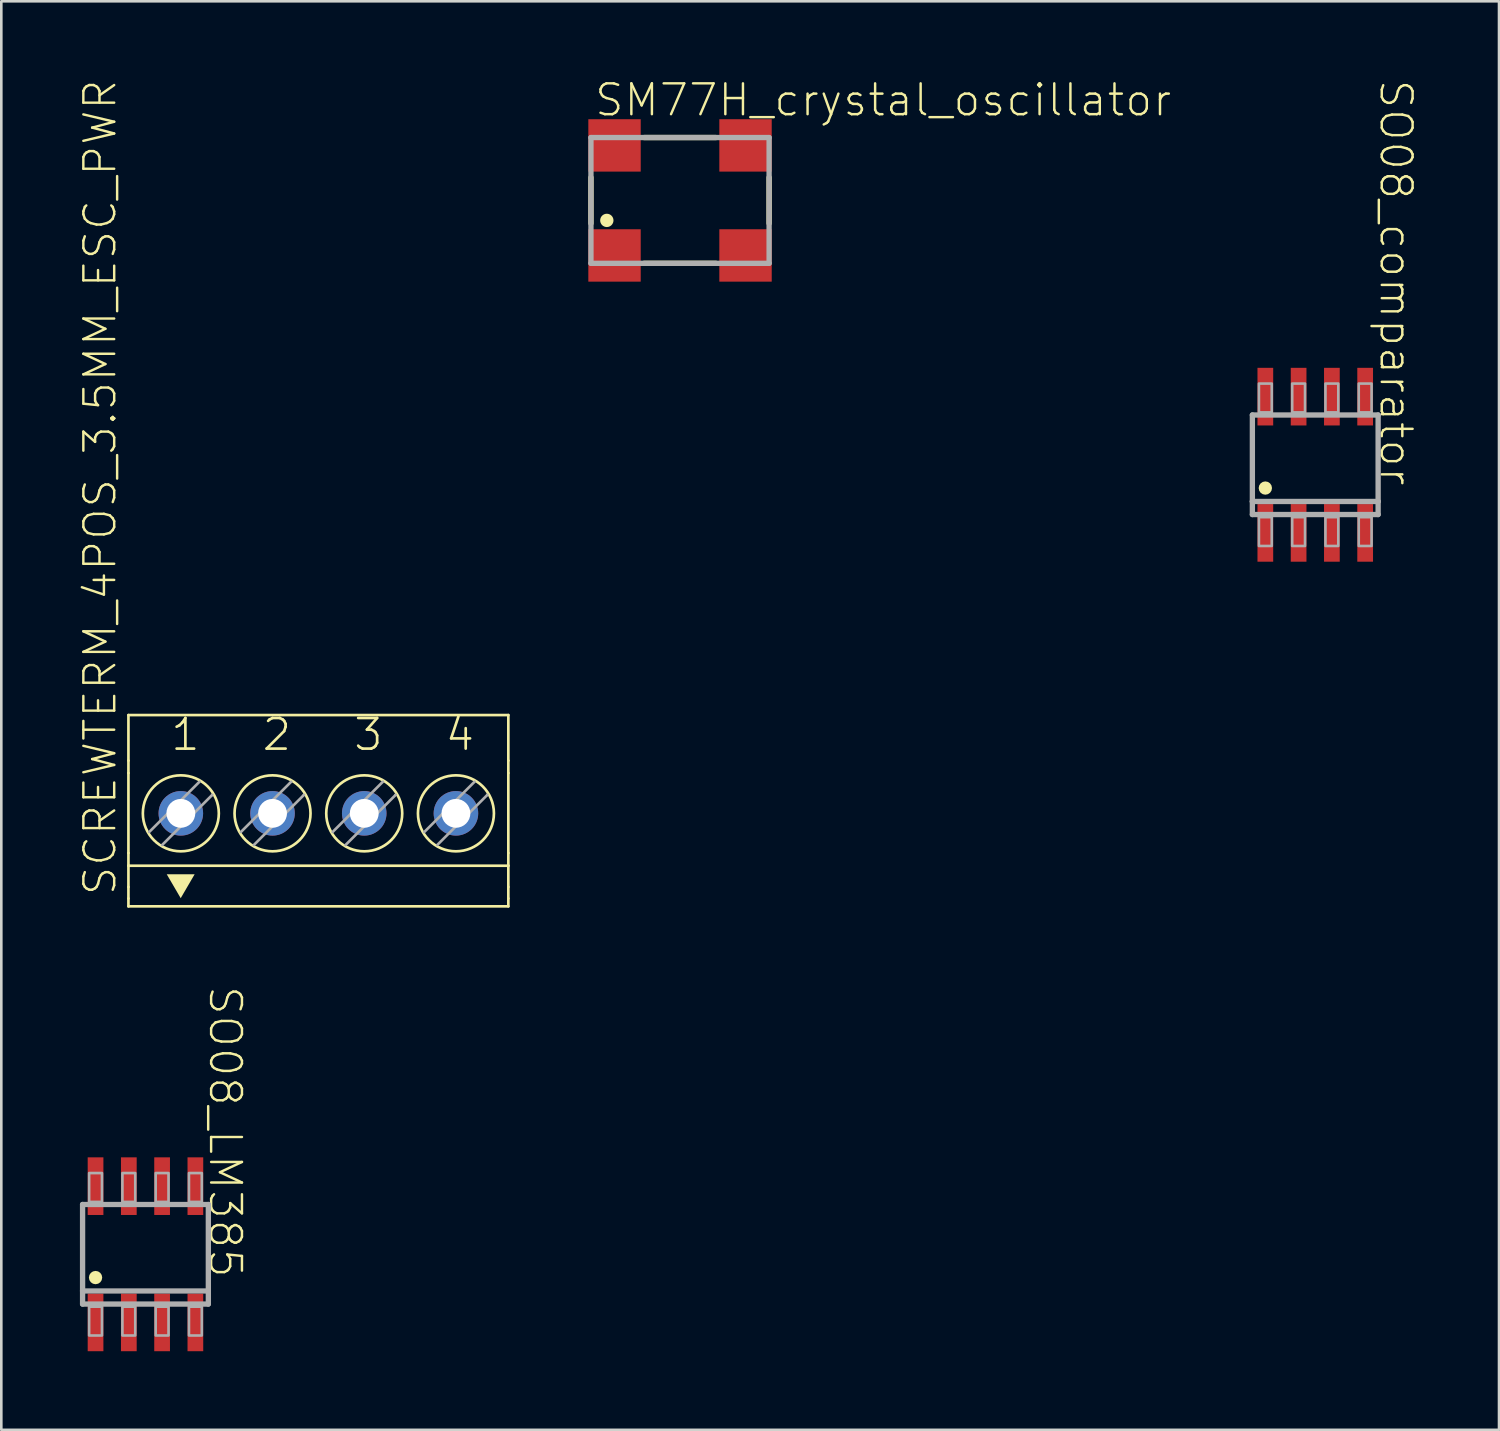
<source format=kicad_pcb>
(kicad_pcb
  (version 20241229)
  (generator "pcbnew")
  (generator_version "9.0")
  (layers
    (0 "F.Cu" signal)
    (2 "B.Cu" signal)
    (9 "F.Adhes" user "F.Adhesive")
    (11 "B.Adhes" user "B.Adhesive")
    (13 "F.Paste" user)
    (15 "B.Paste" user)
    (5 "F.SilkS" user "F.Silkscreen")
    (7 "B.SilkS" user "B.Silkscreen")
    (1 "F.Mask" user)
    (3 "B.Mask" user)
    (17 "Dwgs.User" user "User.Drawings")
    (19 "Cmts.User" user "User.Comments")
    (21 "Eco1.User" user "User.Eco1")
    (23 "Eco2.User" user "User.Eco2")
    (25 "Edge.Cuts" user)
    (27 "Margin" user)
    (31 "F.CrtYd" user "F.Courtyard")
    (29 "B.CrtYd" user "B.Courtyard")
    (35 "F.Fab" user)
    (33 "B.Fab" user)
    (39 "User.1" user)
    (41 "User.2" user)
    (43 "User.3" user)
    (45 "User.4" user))
  (footprint "SO08_LM385"
    (layer "F.Cu")
    (at 2.502 44.823)
    (property "Reference" "SO08_LM385" (at 3.734 0.965 270) (unlocked yes) (layer "F.SilkS") (effects (font (size 1.177 1.177) (thickness 0.093)) (justify right top)))
    (fp_circle (center -1.905 0.889) (end -1.778 0.889) (stroke (width 0.254) (type solid)) (fill no) (layer "F.SilkS"))
    (fp_line (start -2.4 -1.9) (end 2.4 -1.9) (stroke (width 0.203) (type solid)) (layer "F.Fab"))
    (fp_line (start -2.4 1.4) (end -2.4 -1.9) (stroke (width 0.203) (type solid)) (layer "F.Fab"))
    (fp_line (start -2.4 1.9) (end -2.4 1.4) (stroke (width 0.203) (type solid)) (layer "F.Fab"))
    (fp_line (start 2.4 -1.9) (end 2.4 1.4) (stroke (width 0.203) (type solid)) (layer "F.Fab"))
    (fp_line (start 2.4 1.4) (end -2.4 1.4) (stroke (width 0.203) (type solid)) (layer "F.Fab"))
    (fp_line (start 2.4 1.4) (end 2.4 1.9) (stroke (width 0.203) (type solid)) (layer "F.Fab"))
    (fp_line (start 2.4 1.9) (end -2.4 1.9) (stroke (width 0.203) (type solid)) (layer "F.Fab"))
    (fp_poly (pts (xy -2.15 -2) (xy -1.66 -2) (xy -1.66 -3.1) (xy -2.15 -3.1)) (stroke (width 0.1) (type default)) (fill no) (layer "F.Fab"))
    (fp_poly (pts (xy -2.15 3.1) (xy -1.66 3.1) (xy -1.66 2) (xy -2.15 2)) (stroke (width 0.1) (type default)) (fill no) (layer "F.Fab"))
    (fp_poly (pts (xy -0.88 -2) (xy -0.39 -2) (xy -0.39 -3.1) (xy -0.88 -3.1)) (stroke (width 0.1) (type default)) (fill no) (layer "F.Fab"))
    (fp_poly (pts (xy -0.88 3.1) (xy -0.39 3.1) (xy -0.39 2) (xy -0.88 2)) (stroke (width 0.1) (type default)) (fill no) (layer "F.Fab"))
    (fp_poly (pts (xy 0.39 -2) (xy 0.88 -2) (xy 0.88 -3.1) (xy 0.39 -3.1)) (stroke (width 0.1) (type default)) (fill no) (layer "F.Fab"))
    (fp_poly (pts (xy 0.39 3.1) (xy 0.88 3.1) (xy 0.88 2) (xy 0.39 2)) (stroke (width 0.1) (type default)) (fill no) (layer "F.Fab"))
    (fp_poly (pts (xy 1.66 -2) (xy 2.15 -2) (xy 2.15 -3.1) (xy 1.66 -3.1)) (stroke (width 0.1) (type default)) (fill no) (layer "F.Fab"))
    (fp_poly (pts (xy 1.66 3.1) (xy 2.15 3.1) (xy 2.15 2) (xy 1.66 2)) (stroke (width 0.1) (type default)) (fill no) (layer "F.Fab"))
    (pad "1" smd rect (at -1.905 2.6) (size 0.6 2.2) (layers "F.Cu" "F.Mask" "F.Paste"))
    (pad "2" smd rect (at -0.635 2.6) (size 0.6 2.2) (layers "F.Cu" "F.Mask" "F.Paste"))
    (pad "3" smd rect (at 0.635 2.6) (size 0.6 2.2) (layers "F.Cu" "F.Mask" "F.Paste"))
    (pad "4" smd rect (at 1.905 2.6) (size 0.6 2.2) (layers "F.Cu" "F.Mask" "F.Paste"))
    (pad "5" smd rect (at 1.905 -2.6) (size 0.6 2.2) (layers "F.Cu" "F.Mask" "F.Paste"))
    (pad "6" smd rect (at 0.635 -2.6) (size 0.6 2.2) (layers "F.Cu" "F.Mask" "F.Paste"))
    (pad "7" smd rect (at -0.635 -2.6) (size 0.6 2.2) (layers "F.Cu" "F.Mask" "F.Paste"))
    (pad "8" smd rect (at -1.905 -2.6) (size 0.6 2.2) (layers "F.Cu" "F.Mask" "F.Paste")))
  (footprint "SO08_comparator"
    (layer "F.Cu")
    (at 47.15 14.689)
    (property "Reference" "SO08_comparator" (at 3.767 0.875 270) (unlocked yes) (layer "F.SilkS") (effects (font (size 1.177 1.177) (thickness 0.093)) (justify right top)))
    (fp_circle (center -1.905 0.889) (end -1.778 0.889) (stroke (width 0.254) (type solid)) (fill no) (layer "F.SilkS"))
    (fp_line (start -2.4 -1.9) (end 2.4 -1.9) (stroke (width 0.203) (type solid)) (layer "F.Fab"))
    (fp_line (start -2.4 1.4) (end -2.4 -1.9) (stroke (width 0.203) (type solid)) (layer "F.Fab"))
    (fp_line (start -2.4 1.9) (end -2.4 1.4) (stroke (width 0.203) (type solid)) (layer "F.Fab"))
    (fp_line (start 2.4 -1.9) (end 2.4 1.4) (stroke (width 0.203) (type solid)) (layer "F.Fab"))
    (fp_line (start 2.4 1.4) (end -2.4 1.4) (stroke (width 0.203) (type solid)) (layer "F.Fab"))
    (fp_line (start 2.4 1.4) (end 2.4 1.9) (stroke (width 0.203) (type solid)) (layer "F.Fab"))
    (fp_line (start 2.4 1.9) (end -2.4 1.9) (stroke (width 0.203) (type solid)) (layer "F.Fab"))
    (fp_poly (pts (xy -2.15 -2) (xy -1.66 -2) (xy -1.66 -3.1) (xy -2.15 -3.1)) (stroke (width 0.1) (type default)) (fill no) (layer "F.Fab"))
    (fp_poly (pts (xy -2.15 3.1) (xy -1.66 3.1) (xy -1.66 2) (xy -2.15 2)) (stroke (width 0.1) (type default)) (fill no) (layer "F.Fab"))
    (fp_poly (pts (xy -0.88 -2) (xy -0.39 -2) (xy -0.39 -3.1) (xy -0.88 -3.1)) (stroke (width 0.1) (type default)) (fill no) (layer "F.Fab"))
    (fp_poly (pts (xy -0.88 3.1) (xy -0.39 3.1) (xy -0.39 2) (xy -0.88 2)) (stroke (width 0.1) (type default)) (fill no) (layer "F.Fab"))
    (fp_poly (pts (xy 0.39 -2) (xy 0.88 -2) (xy 0.88 -3.1) (xy 0.39 -3.1)) (stroke (width 0.1) (type default)) (fill no) (layer "F.Fab"))
    (fp_poly (pts (xy 0.39 3.1) (xy 0.88 3.1) (xy 0.88 2) (xy 0.39 2)) (stroke (width 0.1) (type default)) (fill no) (layer "F.Fab"))
    (fp_poly (pts (xy 1.66 -2) (xy 2.15 -2) (xy 2.15 -3.1) (xy 1.66 -3.1)) (stroke (width 0.1) (type default)) (fill no) (layer "F.Fab"))
    (fp_poly (pts (xy 1.66 3.1) (xy 2.15 3.1) (xy 2.15 2) (xy 1.66 2)) (stroke (width 0.1) (type default)) (fill no) (layer "F.Fab"))
    (pad "1" smd rect (at -1.905 2.6) (size 0.6 2.2) (layers "F.Cu" "F.Mask" "F.Paste"))
    (pad "2" smd rect (at -0.635 2.6) (size 0.6 2.2) (layers "F.Cu" "F.Mask" "F.Paste"))
    (pad "3" smd rect (at 0.635 2.6) (size 0.6 2.2) (layers "F.Cu" "F.Mask" "F.Paste"))
    (pad "4" smd rect (at 1.905 2.6) (size 0.6 2.2) (layers "F.Cu" "F.Mask" "F.Paste"))
    (pad "5" smd rect (at 1.905 -2.6) (size 0.6 2.2) (layers "F.Cu" "F.Mask" "F.Paste"))
    (pad "6" smd rect (at 0.635 -2.6) (size 0.6 2.2) (layers "F.Cu" "F.Mask" "F.Paste"))
    (pad "7" smd rect (at -0.635 -2.6) (size 0.6 2.2) (layers "F.Cu" "F.Mask" "F.Paste"))
    (pad "8" smd rect (at -1.905 -2.6) (size 0.6 2.2) (layers "F.Cu" "F.Mask" "F.Paste")))
  (footprint "SCREWTERM_4POS_3.5MM_ESC_PWR"
    (layer "F.Cu")
    (at 9.102 27.893)
    (property "Reference" "SCREWTERM_4POS_3.5MM_ESC_PWR" (at -7.645 3.302 90) (unlocked yes) (layer "F.SilkS") (effects (font (size 1.177 1.177) (thickness 0.093)) (justify left bottom)))
    (fp_line (start -7.25 -3.65) (end -7.25 -1.912) (stroke (width 0.102) (type solid)) (layer "F.SilkS"))
    (fp_line (start -7.25 -3.65) (end 7.25 -3.65) (stroke (width 0.102) (type solid)) (layer "F.SilkS"))
    (fp_line (start -7.25 -1.912) (end -7.25 -1.437) (stroke (width 0.102) (type solid)) (layer "F.SilkS"))
    (fp_line (start -7.25 1.616) (end -7.25 -1.437) (stroke (width 0.102) (type solid)) (layer "F.SilkS"))
    (fp_line (start -7.25 1.616) (end -7.25 2.099) (stroke (width 0.102) (type solid)) (layer "F.SilkS"))
    (fp_line (start -7.25 2.099) (end -7.25 2.911) (stroke (width 0.102) (type solid)) (layer "F.SilkS"))
    (fp_line (start -7.25 2.911) (end -7.25 3.35) (stroke (width 0.102) (type solid)) (layer "F.SilkS"))
    (fp_line (start -7.25 3.35) (end -7.25 3.65) (stroke (width 0.102) (type solid)) (layer "F.SilkS"))
    (fp_line (start -7.25 3.65) (end 7.25 3.65) (stroke (width 0.102) (type solid)) (layer "F.SilkS"))
    (fp_line (start -4.044 -0.611) (end -4.05 -0.605) (stroke (width 0.102) (type solid)) (layer "F.SilkS"))
    (fp_line (start -0.544 -0.611) (end -0.55 -0.605) (stroke (width 0.102) (type solid)) (layer "F.SilkS"))
    (fp_line (start 2.956 -0.611) (end 2.95 -0.605) (stroke (width 0.102) (type solid)) (layer "F.SilkS"))
    (fp_line (start 6.456 -0.611) (end 6.45 -0.605) (stroke (width 0.102) (type solid)) (layer "F.SilkS"))
    (fp_line (start 7.25 -3.65) (end 7.25 -1.912) (stroke (width 0.102) (type solid)) (layer "F.SilkS"))
    (fp_line (start 7.25 -1.437) (end 7.25 -1.912) (stroke (width 0.102) (type solid)) (layer "F.SilkS"))
    (fp_line (start 7.25 1.616) (end 7.25 -1.437) (stroke (width 0.102) (type solid)) (layer "F.SilkS"))
    (fp_line (start 7.25 1.616) (end 7.25 2.099) (stroke (width 0.102) (type solid)) (layer "F.SilkS"))
    (fp_line (start 7.25 2.099) (end -7.25 2.099) (stroke (width 0.102) (type solid)) (layer "F.SilkS"))
    (fp_line (start 7.25 2.099) (end 7.25 2.911) (stroke (width 0.102) (type solid)) (layer "F.SilkS"))
    (fp_line (start 7.25 2.911) (end 7.25 3.35) (stroke (width 0.102) (type solid)) (layer "F.SilkS"))
    (fp_line (start 7.25 3.35) (end 7.25 3.65) (stroke (width 0.102) (type solid)) (layer "F.SilkS"))
    (fp_circle (center -5.25 0.1) (end -3.8 0.1) (stroke (width 0.102) (type solid)) (fill no) (layer "F.SilkS"))
    (fp_circle (center -1.75 0.1) (end -0.3 0.1) (stroke (width 0.102) (type solid)) (fill no) (layer "F.SilkS"))
    (fp_circle (center 1.75 0.1) (end 3.2 0.1) (stroke (width 0.102) (type solid)) (fill no) (layer "F.SilkS"))
    (fp_circle (center 5.25 0.1) (end 6.7 0.1) (stroke (width 0.102) (type solid)) (fill no) (layer "F.SilkS"))
    (fp_poly (pts (xy -5.255 3.339) (xy -5.788 2.426) (xy -4.723 2.426)) (stroke (width 0) (type default)) (fill yes) (layer "F.SilkS"))
    (fp_line (start -6.456 0.811) (end -4.539 -1.106) (stroke (width 0.102) (type solid)) (layer "F.Fab"))
    (fp_line (start -4.05 -0.605) (end -5.961 1.306) (stroke (width 0.102) (type solid)) (layer "F.Fab"))
    (fp_line (start -2.956 0.811) (end -1.039 -1.106) (stroke (width 0.102) (type solid)) (layer "F.Fab"))
    (fp_line (start -0.55 -0.605) (end -2.461 1.306) (stroke (width 0.102) (type solid)) (layer "F.Fab"))
    (fp_line (start 0.544 0.811) (end 2.461 -1.106) (stroke (width 0.102) (type solid)) (layer "F.Fab"))
    (fp_line (start 2.95 -0.605) (end 1.039 1.306) (stroke (width 0.102) (type solid)) (layer "F.Fab"))
    (fp_line (start 4.044 0.811) (end 5.961 -1.106) (stroke (width 0.102) (type solid)) (layer "F.Fab"))
    (fp_line (start 6.45 -0.605) (end 4.539 1.306) (stroke (width 0.102) (type solid)) (layer "F.Fab"))
    (fp_text user "4" (at 4.777 -2.223 0) (unlocked yes) (layer "F.SilkS") (effects (font (size 1.168 1.168) (thickness 0.102)) (justify left bottom)))
    (fp_text user "2" (at -2.208 -2.223 0) (unlocked yes) (layer "F.SilkS") (effects (font (size 1.168 1.168) (thickness 0.102)) (justify left bottom)))
    (fp_text user "1" (at -5.7 -2.223 0) (unlocked yes) (layer "F.SilkS") (effects (font (size 1.168 1.168) (thickness 0.102)) (justify left bottom)))
    (fp_text user "3" (at 1.285 -2.223 0) (unlocked yes) (layer "F.SilkS") (effects (font (size 1.168 1.168) (thickness 0.102)) (justify left bottom)))
    (pad "1" thru_hole circle (at -5.25 0.1 90) (size 1.7 1.7) (drill 1.1) (layers "*.Cu" "*.Mask"))
    (pad "2" thru_hole circle (at -1.75 0.1 90) (size 1.7 1.7) (drill 1.1) (layers "*.Cu" "*.Mask"))
    (pad "3" thru_hole circle (at 1.75 0.1 90) (size 1.7 1.7) (drill 1.1) (layers "*.Cu" "*.Mask"))
    (pad "4" thru_hole circle (at 5.25 0.1 90) (size 1.7 1.7) (drill 1.1) (layers "*.Cu" "*.Mask")))
  (footprint "SM77H_crystal_oscillator"
    (layer "F.Cu")
    (at 22.905 4.6)
    (property "Reference" "SM77H_crystal_oscillator" (at -3.32 -3.143 0) (unlocked yes) (layer "F.SilkS") (effects (font (size 1.177 1.177) (thickness 0.093)) (justify left bottom)))
    (fp_line (start -3.4 -0.876) (end -3.4 0.876) (stroke (width 0.203) (type solid)) (layer "F.SilkS"))
    (fp_line (start -1.368 2.4) (end 1.368 2.4) (stroke (width 0.203) (type solid)) (layer "F.SilkS"))
    (fp_line (start 1.368 -2.4) (end -1.368 -2.4) (stroke (width 0.203) (type solid)) (layer "F.SilkS"))
    (fp_line (start 3.4 0.876) (end 3.4 -0.876) (stroke (width 0.203) (type solid)) (layer "F.SilkS"))
    (fp_circle (center -2.794 0.762) (end -2.667 0.762) (stroke (width 0.254) (type solid)) (fill yes) (layer "F.SilkS"))
    (fp_line (start -3.4 -2.4) (end -3.4 2.4) (stroke (width 0.203) (type solid)) (layer "F.Fab"))
    (fp_line (start -3.4 2.4) (end 3.4 2.4) (stroke (width 0.203) (type solid)) (layer "F.Fab"))
    (fp_line (start 3.4 -2.4) (end -3.4 -2.4) (stroke (width 0.203) (type solid)) (layer "F.Fab"))
    (fp_line (start 3.4 2.4) (end 3.4 -2.4) (stroke (width 0.203) (type solid)) (layer "F.Fab"))
    (pad "1" smd rect (at -2.5 2.1 90) (size 2 2) (layers "F.Cu" "F.Mask" "F.Paste"))
    (pad "2" smd rect (at 2.5 2.1 90) (size 2 2) (layers "F.Cu" "F.Mask" "F.Paste"))
    (pad "3" smd rect (at 2.5 -2.1 270) (size 2 2) (layers "F.Cu" "F.Mask" "F.Paste"))
    (pad "4" smd rect (at -2.5 -2.1 270) (size 2 2) (layers "F.Cu" "F.Mask" "F.Paste")))
  (gr_rect
    (start -3 -3)
    (end 54.164 51.523)
    (stroke (width 0.1) (type default))
    (fill no)
    (layer "Edge.Cuts")))
</source>
